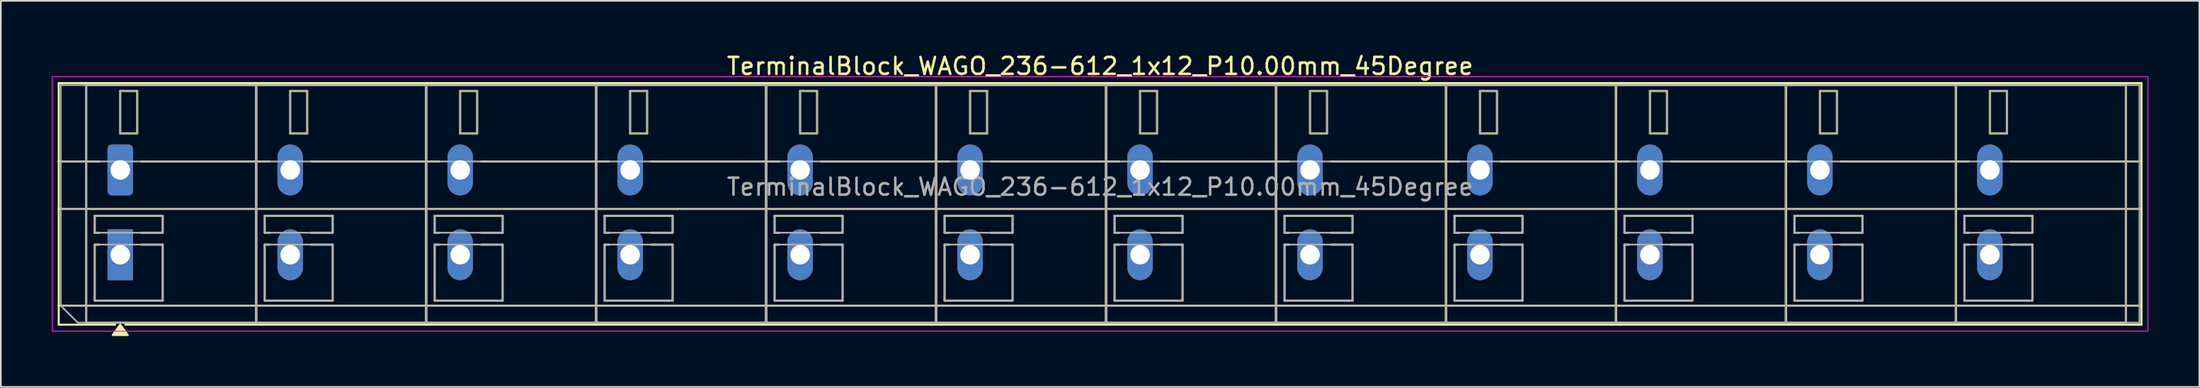
<source format=kicad_pcb>
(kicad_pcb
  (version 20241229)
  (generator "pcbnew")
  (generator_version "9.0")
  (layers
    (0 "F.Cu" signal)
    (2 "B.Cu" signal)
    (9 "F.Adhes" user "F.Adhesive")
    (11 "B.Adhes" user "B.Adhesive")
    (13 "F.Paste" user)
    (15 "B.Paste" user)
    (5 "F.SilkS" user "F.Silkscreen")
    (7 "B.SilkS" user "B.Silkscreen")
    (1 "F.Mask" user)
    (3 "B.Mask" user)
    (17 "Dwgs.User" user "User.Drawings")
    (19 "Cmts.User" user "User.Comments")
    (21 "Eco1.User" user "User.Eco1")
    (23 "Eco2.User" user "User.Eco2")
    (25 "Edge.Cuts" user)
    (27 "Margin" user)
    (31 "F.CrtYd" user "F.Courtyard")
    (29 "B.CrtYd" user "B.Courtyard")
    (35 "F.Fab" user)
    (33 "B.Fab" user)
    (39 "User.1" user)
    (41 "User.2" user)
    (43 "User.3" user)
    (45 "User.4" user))
  (footprint "TerminalBlock_WAGO_236-612_1x12_P10.00mm_45Degree"
    (layer "F.Cu")
    (at 4.025 6.968)
    (property "Reference" "TerminalBlock_WAGO_236-612_1x12_P10.00mm_45Degree" (at 57.65 -6.12 0) (layer "F.SilkS") (effects (font (size 1 1) (thickness 0.15))))
    (attr through_hole)
    (fp_line (start -3.62 -5.12) (end 118.92 -5.12) (stroke (width 0.12) (type solid)) (layer "F.SilkS"))
    (fp_line (start -3.62 -0.5) (end -1.23 -0.5) (stroke (width 0.12) (type solid)) (layer "F.SilkS"))
    (fp_line (start -3.62 2.3) (end 118.92 2.3) (stroke (width 0.12) (type solid)) (layer "F.SilkS"))
    (fp_line (start -3.62 8) (end 118.92 8) (stroke (width 0.12) (type solid)) (layer "F.SilkS"))
    (fp_line (start -3.62 9.12) (end -3.62 -5.12) (stroke (width 0.12) (type solid)) (layer "F.SilkS"))
    (fp_line (start -2 -5) (end 8 -5) (stroke (width 0.12) (type solid)) (layer "F.SilkS"))
    (fp_line (start -2 9) (end -2 -5) (stroke (width 0.12) (type solid)) (layer "F.SilkS"))
    (fp_line (start -1.5 2.7) (end 2.5 2.7) (stroke (width 0.12) (type solid)) (layer "F.SilkS"))
    (fp_line (start -1.5 3.7) (end -1.5 2.7) (stroke (width 0.12) (type solid)) (layer "F.SilkS"))
    (fp_line (start -1.5 4.4) (end -1.23 4.4) (stroke (width 0.12) (type solid)) (layer "F.SilkS"))
    (fp_line (start -1.5 7.7) (end -1.5 4.4) (stroke (width 0.12) (type solid)) (layer "F.SilkS"))
    (fp_line (start -1.23 3.7) (end -1.5 3.7) (stroke (width 0.12) (type solid)) (layer "F.SilkS"))
    (fp_line (start -0.3 9.12) (end -3.62 9.12) (stroke (width 0.12) (type solid)) (layer "F.SilkS"))
    (fp_line (start 0 -4.65) (end 1 -4.65) (stroke (width 0.12) (type solid)) (layer "F.SilkS"))
    (fp_line (start 0 -2.15) (end 0 -4.65) (stroke (width 0.12) (type solid)) (layer "F.SilkS"))
    (fp_line (start 1 -4.65) (end 1 -2.15) (stroke (width 0.12) (type solid)) (layer "F.SilkS"))
    (fp_line (start 1 -2.15) (end 0 -2.15) (stroke (width 0.12) (type solid)) (layer "F.SilkS"))
    (fp_line (start 1.23 -0.5) (end 8.77 -0.5) (stroke (width 0.12) (type solid)) (layer "F.SilkS"))
    (fp_line (start 1.23 4.4) (end 2.5 4.4) (stroke (width 0.12) (type solid)) (layer "F.SilkS"))
    (fp_line (start 2.5 2.7) (end 2.5 3.7) (stroke (width 0.12) (type solid)) (layer "F.SilkS"))
    (fp_line (start 2.5 3.7) (end 1.23 3.7) (stroke (width 0.12) (type solid)) (layer "F.SilkS"))
    (fp_line (start 2.5 4.4) (end 2.5 7.7) (stroke (width 0.12) (type solid)) (layer "F.SilkS"))
    (fp_line (start 2.5 7.7) (end -1.5 7.7) (stroke (width 0.12) (type solid)) (layer "F.SilkS"))
    (fp_line (start 8 -5) (end 8 9) (stroke (width 0.12) (type solid)) (layer "F.SilkS"))
    (fp_line (start 8 -5) (end 18 -5) (stroke (width 0.12) (type solid)) (layer "F.SilkS"))
    (fp_line (start 8 9) (end -2 9) (stroke (width 0.12) (type solid)) (layer "F.SilkS"))
    (fp_line (start 8 9) (end 8 -5) (stroke (width 0.12) (type solid)) (layer "F.SilkS"))
    (fp_line (start 8.5 2.7) (end 12.5 2.7) (stroke (width 0.12) (type solid)) (layer "F.SilkS"))
    (fp_line (start 8.5 3.7) (end 8.5 2.7) (stroke (width 0.12) (type solid)) (layer "F.SilkS"))
    (fp_line (start 8.5 4.4) (end 8.77 4.4) (stroke (width 0.12) (type solid)) (layer "F.SilkS"))
    (fp_line (start 8.5 7.7) (end 8.5 4.4) (stroke (width 0.12) (type solid)) (layer "F.SilkS"))
    (fp_line (start 8.77 3.7) (end 8.5 3.7) (stroke (width 0.12) (type solid)) (layer "F.SilkS"))
    (fp_line (start 10 -4.65) (end 11 -4.65) (stroke (width 0.12) (type solid)) (layer "F.SilkS"))
    (fp_line (start 10 -2.15) (end 10 -4.65) (stroke (width 0.12) (type solid)) (layer "F.SilkS"))
    (fp_line (start 11 -4.65) (end 11 -2.15) (stroke (width 0.12) (type solid)) (layer "F.SilkS"))
    (fp_line (start 11 -2.15) (end 10 -2.15) (stroke (width 0.12) (type solid)) (layer "F.SilkS"))
    (fp_line (start 11.23 -0.5) (end 18.77 -0.5) (stroke (width 0.12) (type solid)) (layer "F.SilkS"))
    (fp_line (start 11.23 4.4) (end 12.5 4.4) (stroke (width 0.12) (type solid)) (layer "F.SilkS"))
    (fp_line (start 12.5 2.7) (end 12.5 3.7) (stroke (width 0.12) (type solid)) (layer "F.SilkS"))
    (fp_line (start 12.5 3.7) (end 11.23 3.7) (stroke (width 0.12) (type solid)) (layer "F.SilkS"))
    (fp_line (start 12.5 4.4) (end 12.5 7.7) (stroke (width 0.12) (type solid)) (layer "F.SilkS"))
    (fp_line (start 12.5 7.7) (end 8.5 7.7) (stroke (width 0.12) (type solid)) (layer "F.SilkS"))
    (fp_line (start 18 -5) (end 18 9) (stroke (width 0.12) (type solid)) (layer "F.SilkS"))
    (fp_line (start 18 -5) (end 28 -5) (stroke (width 0.12) (type solid)) (layer "F.SilkS"))
    (fp_line (start 18 9) (end 8 9) (stroke (width 0.12) (type solid)) (layer "F.SilkS"))
    (fp_line (start 18 9) (end 18 -5) (stroke (width 0.12) (type solid)) (layer "F.SilkS"))
    (fp_line (start 18.5 2.7) (end 22.5 2.7) (stroke (width 0.12) (type solid)) (layer "F.SilkS"))
    (fp_line (start 18.5 3.7) (end 18.5 2.7) (stroke (width 0.12) (type solid)) (layer "F.SilkS"))
    (fp_line (start 18.5 4.4) (end 18.77 4.4) (stroke (width 0.12) (type solid)) (layer "F.SilkS"))
    (fp_line (start 18.5 7.7) (end 18.5 4.4) (stroke (width 0.12) (type solid)) (layer "F.SilkS"))
    (fp_line (start 18.77 3.7) (end 18.5 3.7) (stroke (width 0.12) (type solid)) (layer "F.SilkS"))
    (fp_line (start 20 -4.65) (end 21 -4.65) (stroke (width 0.12) (type solid)) (layer "F.SilkS"))
    (fp_line (start 20 -2.15) (end 20 -4.65) (stroke (width 0.12) (type solid)) (layer "F.SilkS"))
    (fp_line (start 21 -4.65) (end 21 -2.15) (stroke (width 0.12) (type solid)) (layer "F.SilkS"))
    (fp_line (start 21 -2.15) (end 20 -2.15) (stroke (width 0.12) (type solid)) (layer "F.SilkS"))
    (fp_line (start 21.23 -0.5) (end 28.77 -0.5) (stroke (width 0.12) (type solid)) (layer "F.SilkS"))
    (fp_line (start 21.23 4.4) (end 22.5 4.4) (stroke (width 0.12) (type solid)) (layer "F.SilkS"))
    (fp_line (start 22.5 2.7) (end 22.5 3.7) (stroke (width 0.12) (type solid)) (layer "F.SilkS"))
    (fp_line (start 22.5 3.7) (end 21.23 3.7) (stroke (width 0.12) (type solid)) (layer "F.SilkS"))
    (fp_line (start 22.5 4.4) (end 22.5 7.7) (stroke (width 0.12) (type solid)) (layer "F.SilkS"))
    (fp_line (start 22.5 7.7) (end 18.5 7.7) (stroke (width 0.12) (type solid)) (layer "F.SilkS"))
    (fp_line (start 28 -5) (end 28 9) (stroke (width 0.12) (type solid)) (layer "F.SilkS"))
    (fp_line (start 28 -5) (end 38 -5) (stroke (width 0.12) (type solid)) (layer "F.SilkS"))
    (fp_line (start 28 9) (end 18 9) (stroke (width 0.12) (type solid)) (layer "F.SilkS"))
    (fp_line (start 28 9) (end 28 -5) (stroke (width 0.12) (type solid)) (layer "F.SilkS"))
    (fp_line (start 28.5 2.7) (end 32.5 2.7) (stroke (width 0.12) (type solid)) (layer "F.SilkS"))
    (fp_line (start 28.5 3.7) (end 28.5 2.7) (stroke (width 0.12) (type solid)) (layer "F.SilkS"))
    (fp_line (start 28.5 4.4) (end 28.77 4.4) (stroke (width 0.12) (type solid)) (layer "F.SilkS"))
    (fp_line (start 28.5 7.7) (end 28.5 4.4) (stroke (width 0.12) (type solid)) (layer "F.SilkS"))
    (fp_line (start 28.77 3.7) (end 28.5 3.7) (stroke (width 0.12) (type solid)) (layer "F.SilkS"))
    (fp_line (start 30 -4.65) (end 31 -4.65) (stroke (width 0.12) (type solid)) (layer "F.SilkS"))
    (fp_line (start 30 -2.15) (end 30 -4.65) (stroke (width 0.12) (type solid)) (layer "F.SilkS"))
    (fp_line (start 31 -4.65) (end 31 -2.15) (stroke (width 0.12) (type solid)) (layer "F.SilkS"))
    (fp_line (start 31 -2.15) (end 30 -2.15) (stroke (width 0.12) (type solid)) (layer "F.SilkS"))
    (fp_line (start 31.23 -0.5) (end 38.77 -0.5) (stroke (width 0.12) (type solid)) (layer "F.SilkS"))
    (fp_line (start 31.23 4.4) (end 32.5 4.4) (stroke (width 0.12) (type solid)) (layer "F.SilkS"))
    (fp_line (start 32.5 2.7) (end 32.5 3.7) (stroke (width 0.12) (type solid)) (layer "F.SilkS"))
    (fp_line (start 32.5 3.7) (end 31.23 3.7) (stroke (width 0.12) (type solid)) (layer "F.SilkS"))
    (fp_line (start 32.5 4.4) (end 32.5 7.7) (stroke (width 0.12) (type solid)) (layer "F.SilkS"))
    (fp_line (start 32.5 7.7) (end 28.5 7.7) (stroke (width 0.12) (type solid)) (layer "F.SilkS"))
    (fp_line (start 38 -5) (end 38 9) (stroke (width 0.12) (type solid)) (layer "F.SilkS"))
    (fp_line (start 38 -5) (end 48 -5) (stroke (width 0.12) (type solid)) (layer "F.SilkS"))
    (fp_line (start 38 9) (end 28 9) (stroke (width 0.12) (type solid)) (layer "F.SilkS"))
    (fp_line (start 38 9) (end 38 -5) (stroke (width 0.12) (type solid)) (layer "F.SilkS"))
    (fp_line (start 38.5 2.7) (end 42.5 2.7) (stroke (width 0.12) (type solid)) (layer "F.SilkS"))
    (fp_line (start 38.5 3.7) (end 38.5 2.7) (stroke (width 0.12) (type solid)) (layer "F.SilkS"))
    (fp_line (start 38.5 4.4) (end 38.77 4.4) (stroke (width 0.12) (type solid)) (layer "F.SilkS"))
    (fp_line (start 38.5 7.7) (end 38.5 4.4) (stroke (width 0.12) (type solid)) (layer "F.SilkS"))
    (fp_line (start 38.77 3.7) (end 38.5 3.7) (stroke (width 0.12) (type solid)) (layer "F.SilkS"))
    (fp_line (start 40 -4.65) (end 41 -4.65) (stroke (width 0.12) (type solid)) (layer "F.SilkS"))
    (fp_line (start 40 -2.15) (end 40 -4.65) (stroke (width 0.12) (type solid)) (layer "F.SilkS"))
    (fp_line (start 41 -4.65) (end 41 -2.15) (stroke (width 0.12) (type solid)) (layer "F.SilkS"))
    (fp_line (start 41 -2.15) (end 40 -2.15) (stroke (width 0.12) (type solid)) (layer "F.SilkS"))
    (fp_line (start 41.23 -0.5) (end 48.77 -0.5) (stroke (width 0.12) (type solid)) (layer "F.SilkS"))
    (fp_line (start 41.23 4.4) (end 42.5 4.4) (stroke (width 0.12) (type solid)) (layer "F.SilkS"))
    (fp_line (start 42.5 2.7) (end 42.5 3.7) (stroke (width 0.12) (type solid)) (layer "F.SilkS"))
    (fp_line (start 42.5 3.7) (end 41.23 3.7) (stroke (width 0.12) (type solid)) (layer "F.SilkS"))
    (fp_line (start 42.5 4.4) (end 42.5 7.7) (stroke (width 0.12) (type solid)) (layer "F.SilkS"))
    (fp_line (start 42.5 7.7) (end 38.5 7.7) (stroke (width 0.12) (type solid)) (layer "F.SilkS"))
    (fp_line (start 48 -5) (end 48 9) (stroke (width 0.12) (type solid)) (layer "F.SilkS"))
    (fp_line (start 48 -5) (end 58 -5) (stroke (width 0.12) (type solid)) (layer "F.SilkS"))
    (fp_line (start 48 9) (end 38 9) (stroke (width 0.12) (type solid)) (layer "F.SilkS"))
    (fp_line (start 48 9) (end 48 -5) (stroke (width 0.12) (type solid)) (layer "F.SilkS"))
    (fp_line (start 48.5 2.7) (end 52.5 2.7) (stroke (width 0.12) (type solid)) (layer "F.SilkS"))
    (fp_line (start 48.5 3.7) (end 48.5 2.7) (stroke (width 0.12) (type solid)) (layer "F.SilkS"))
    (fp_line (start 48.5 4.4) (end 48.77 4.4) (stroke (width 0.12) (type solid)) (layer "F.SilkS"))
    (fp_line (start 48.5 7.7) (end 48.5 4.4) (stroke (width 0.12) (type solid)) (layer "F.SilkS"))
    (fp_line (start 48.77 3.7) (end 48.5 3.7) (stroke (width 0.12) (type solid)) (layer "F.SilkS"))
    (fp_line (start 50 -4.65) (end 51 -4.65) (stroke (width 0.12) (type solid)) (layer "F.SilkS"))
    (fp_line (start 50 -2.15) (end 50 -4.65) (stroke (width 0.12) (type solid)) (layer "F.SilkS"))
    (fp_line (start 51 -4.65) (end 51 -2.15) (stroke (width 0.12) (type solid)) (layer "F.SilkS"))
    (fp_line (start 51 -2.15) (end 50 -2.15) (stroke (width 0.12) (type solid)) (layer "F.SilkS"))
    (fp_line (start 51.23 -0.5) (end 58.77 -0.5) (stroke (width 0.12) (type solid)) (layer "F.SilkS"))
    (fp_line (start 51.23 4.4) (end 52.5 4.4) (stroke (width 0.12) (type solid)) (layer "F.SilkS"))
    (fp_line (start 52.5 2.7) (end 52.5 3.7) (stroke (width 0.12) (type solid)) (layer "F.SilkS"))
    (fp_line (start 52.5 3.7) (end 51.23 3.7) (stroke (width 0.12) (type solid)) (layer "F.SilkS"))
    (fp_line (start 52.5 4.4) (end 52.5 7.7) (stroke (width 0.12) (type solid)) (layer "F.SilkS"))
    (fp_line (start 52.5 7.7) (end 48.5 7.7) (stroke (width 0.12) (type solid)) (layer "F.SilkS"))
    (fp_line (start 58 -5) (end 58 9) (stroke (width 0.12) (type solid)) (layer "F.SilkS"))
    (fp_line (start 58 -5) (end 68 -5) (stroke (width 0.12) (type solid)) (layer "F.SilkS"))
    (fp_line (start 58 9) (end 48 9) (stroke (width 0.12) (type solid)) (layer "F.SilkS"))
    (fp_line (start 58 9) (end 58 -5) (stroke (width 0.12) (type solid)) (layer "F.SilkS"))
    (fp_line (start 58.5 2.7) (end 62.5 2.7) (stroke (width 0.12) (type solid)) (layer "F.SilkS"))
    (fp_line (start 58.5 3.7) (end 58.5 2.7) (stroke (width 0.12) (type solid)) (layer "F.SilkS"))
    (fp_line (start 58.5 4.4) (end 58.77 4.4) (stroke (width 0.12) (type solid)) (layer "F.SilkS"))
    (fp_line (start 58.5 7.7) (end 58.5 4.4) (stroke (width 0.12) (type solid)) (layer "F.SilkS"))
    (fp_line (start 58.77 3.7) (end 58.5 3.7) (stroke (width 0.12) (type solid)) (layer "F.SilkS"))
    (fp_line (start 60 -4.65) (end 61 -4.65) (stroke (width 0.12) (type solid)) (layer "F.SilkS"))
    (fp_line (start 60 -2.15) (end 60 -4.65) (stroke (width 0.12) (type solid)) (layer "F.SilkS"))
    (fp_line (start 61 -4.65) (end 61 -2.15) (stroke (width 0.12) (type solid)) (layer "F.SilkS"))
    (fp_line (start 61 -2.15) (end 60 -2.15) (stroke (width 0.12) (type solid)) (layer "F.SilkS"))
    (fp_line (start 61.23 -0.5) (end 68.77 -0.5) (stroke (width 0.12) (type solid)) (layer "F.SilkS"))
    (fp_line (start 61.23 4.4) (end 62.5 4.4) (stroke (width 0.12) (type solid)) (layer "F.SilkS"))
    (fp_line (start 62.5 2.7) (end 62.5 3.7) (stroke (width 0.12) (type solid)) (layer "F.SilkS"))
    (fp_line (start 62.5 3.7) (end 61.23 3.7) (stroke (width 0.12) (type solid)) (layer "F.SilkS"))
    (fp_line (start 62.5 4.4) (end 62.5 7.7) (stroke (width 0.12) (type solid)) (layer "F.SilkS"))
    (fp_line (start 62.5 7.7) (end 58.5 7.7) (stroke (width 0.12) (type solid)) (layer "F.SilkS"))
    (fp_line (start 68 -5) (end 68 9) (stroke (width 0.12) (type solid)) (layer "F.SilkS"))
    (fp_line (start 68 -5) (end 78 -5) (stroke (width 0.12) (type solid)) (layer "F.SilkS"))
    (fp_line (start 68 9) (end 58 9) (stroke (width 0.12) (type solid)) (layer "F.SilkS"))
    (fp_line (start 68 9) (end 68 -5) (stroke (width 0.12) (type solid)) (layer "F.SilkS"))
    (fp_line (start 68.5 2.7) (end 72.5 2.7) (stroke (width 0.12) (type solid)) (layer "F.SilkS"))
    (fp_line (start 68.5 3.7) (end 68.5 2.7) (stroke (width 0.12) (type solid)) (layer "F.SilkS"))
    (fp_line (start 68.5 4.4) (end 68.77 4.4) (stroke (width 0.12) (type solid)) (layer "F.SilkS"))
    (fp_line (start 68.5 7.7) (end 68.5 4.4) (stroke (width 0.12) (type solid)) (layer "F.SilkS"))
    (fp_line (start 68.77 3.7) (end 68.5 3.7) (stroke (width 0.12) (type solid)) (layer "F.SilkS"))
    (fp_line (start 70 -4.65) (end 71 -4.65) (stroke (width 0.12) (type solid)) (layer "F.SilkS"))
    (fp_line (start 70 -2.15) (end 70 -4.65) (stroke (width 0.12) (type solid)) (layer "F.SilkS"))
    (fp_line (start 71 -4.65) (end 71 -2.15) (stroke (width 0.12) (type solid)) (layer "F.SilkS"))
    (fp_line (start 71 -2.15) (end 70 -2.15) (stroke (width 0.12) (type solid)) (layer "F.SilkS"))
    (fp_line (start 71.23 -0.5) (end 78.77 -0.5) (stroke (width 0.12) (type solid)) (layer "F.SilkS"))
    (fp_line (start 71.23 4.4) (end 72.5 4.4) (stroke (width 0.12) (type solid)) (layer "F.SilkS"))
    (fp_line (start 72.5 2.7) (end 72.5 3.7) (stroke (width 0.12) (type solid)) (layer "F.SilkS"))
    (fp_line (start 72.5 3.7) (end 71.23 3.7) (stroke (width 0.12) (type solid)) (layer "F.SilkS"))
    (fp_line (start 72.5 4.4) (end 72.5 7.7) (stroke (width 0.12) (type solid)) (layer "F.SilkS"))
    (fp_line (start 72.5 7.7) (end 68.5 7.7) (stroke (width 0.12) (type solid)) (layer "F.SilkS"))
    (fp_line (start 78 -5) (end 78 9) (stroke (width 0.12) (type solid)) (layer "F.SilkS"))
    (fp_line (start 78 -5) (end 88 -5) (stroke (width 0.12) (type solid)) (layer "F.SilkS"))
    (fp_line (start 78 9) (end 68 9) (stroke (width 0.12) (type solid)) (layer "F.SilkS"))
    (fp_line (start 78 9) (end 78 -5) (stroke (width 0.12) (type solid)) (layer "F.SilkS"))
    (fp_line (start 78.5 2.7) (end 82.5 2.7) (stroke (width 0.12) (type solid)) (layer "F.SilkS"))
    (fp_line (start 78.5 3.7) (end 78.5 2.7) (stroke (width 0.12) (type solid)) (layer "F.SilkS"))
    (fp_line (start 78.5 4.4) (end 78.77 4.4) (stroke (width 0.12) (type solid)) (layer "F.SilkS"))
    (fp_line (start 78.5 7.7) (end 78.5 4.4) (stroke (width 0.12) (type solid)) (layer "F.SilkS"))
    (fp_line (start 78.77 3.7) (end 78.5 3.7) (stroke (width 0.12) (type solid)) (layer "F.SilkS"))
    (fp_line (start 80 -4.65) (end 81 -4.65) (stroke (width 0.12) (type solid)) (layer "F.SilkS"))
    (fp_line (start 80 -2.15) (end 80 -4.65) (stroke (width 0.12) (type solid)) (layer "F.SilkS"))
    (fp_line (start 81 -4.65) (end 81 -2.15) (stroke (width 0.12) (type solid)) (layer "F.SilkS"))
    (fp_line (start 81 -2.15) (end 80 -2.15) (stroke (width 0.12) (type solid)) (layer "F.SilkS"))
    (fp_line (start 81.23 -0.5) (end 88.77 -0.5) (stroke (width 0.12) (type solid)) (layer "F.SilkS"))
    (fp_line (start 81.23 4.4) (end 82.5 4.4) (stroke (width 0.12) (type solid)) (layer "F.SilkS"))
    (fp_line (start 82.5 2.7) (end 82.5 3.7) (stroke (width 0.12) (type solid)) (layer "F.SilkS"))
    (fp_line (start 82.5 3.7) (end 81.23 3.7) (stroke (width 0.12) (type solid)) (layer "F.SilkS"))
    (fp_line (start 82.5 4.4) (end 82.5 7.7) (stroke (width 0.12) (type solid)) (layer "F.SilkS"))
    (fp_line (start 82.5 7.7) (end 78.5 7.7) (stroke (width 0.12) (type solid)) (layer "F.SilkS"))
    (fp_line (start 88 -5) (end 88 9) (stroke (width 0.12) (type solid)) (layer "F.SilkS"))
    (fp_line (start 88 -5) (end 98 -5) (stroke (width 0.12) (type solid)) (layer "F.SilkS"))
    (fp_line (start 88 9) (end 78 9) (stroke (width 0.12) (type solid)) (layer "F.SilkS"))
    (fp_line (start 88 9) (end 88 -5) (stroke (width 0.12) (type solid)) (layer "F.SilkS"))
    (fp_line (start 88.5 2.7) (end 92.5 2.7) (stroke (width 0.12) (type solid)) (layer "F.SilkS"))
    (fp_line (start 88.5 3.7) (end 88.5 2.7) (stroke (width 0.12) (type solid)) (layer "F.SilkS"))
    (fp_line (start 88.5 4.4) (end 88.77 4.4) (stroke (width 0.12) (type solid)) (layer "F.SilkS"))
    (fp_line (start 88.5 7.7) (end 88.5 4.4) (stroke (width 0.12) (type solid)) (layer "F.SilkS"))
    (fp_line (start 88.77 3.7) (end 88.5 3.7) (stroke (width 0.12) (type solid)) (layer "F.SilkS"))
    (fp_line (start 90 -4.65) (end 91 -4.65) (stroke (width 0.12) (type solid)) (layer "F.SilkS"))
    (fp_line (start 90 -2.15) (end 90 -4.65) (stroke (width 0.12) (type solid)) (layer "F.SilkS"))
    (fp_line (start 91 -4.65) (end 91 -2.15) (stroke (width 0.12) (type solid)) (layer "F.SilkS"))
    (fp_line (start 91 -2.15) (end 90 -2.15) (stroke (width 0.12) (type solid)) (layer "F.SilkS"))
    (fp_line (start 91.23 -0.5) (end 98.77 -0.5) (stroke (width 0.12) (type solid)) (layer "F.SilkS"))
    (fp_line (start 91.23 4.4) (end 92.5 4.4) (stroke (width 0.12) (type solid)) (layer "F.SilkS"))
    (fp_line (start 92.5 2.7) (end 92.5 3.7) (stroke (width 0.12) (type solid)) (layer "F.SilkS"))
    (fp_line (start 92.5 3.7) (end 91.23 3.7) (stroke (width 0.12) (type solid)) (layer "F.SilkS"))
    (fp_line (start 92.5 4.4) (end 92.5 7.7) (stroke (width 0.12) (type solid)) (layer "F.SilkS"))
    (fp_line (start 92.5 7.7) (end 88.5 7.7) (stroke (width 0.12) (type solid)) (layer "F.SilkS"))
    (fp_line (start 98 -5) (end 98 9) (stroke (width 0.12) (type solid)) (layer "F.SilkS"))
    (fp_line (start 98 -5) (end 108 -5) (stroke (width 0.12) (type solid)) (layer "F.SilkS"))
    (fp_line (start 98 9) (end 88 9) (stroke (width 0.12) (type solid)) (layer "F.SilkS"))
    (fp_line (start 98 9) (end 98 -5) (stroke (width 0.12) (type solid)) (layer "F.SilkS"))
    (fp_line (start 98.5 2.7) (end 102.5 2.7) (stroke (width 0.12) (type solid)) (layer "F.SilkS"))
    (fp_line (start 98.5 3.7) (end 98.5 2.7) (stroke (width 0.12) (type solid)) (layer "F.SilkS"))
    (fp_line (start 98.5 4.4) (end 98.77 4.4) (stroke (width 0.12) (type solid)) (layer "F.SilkS"))
    (fp_line (start 98.5 7.7) (end 98.5 4.4) (stroke (width 0.12) (type solid)) (layer "F.SilkS"))
    (fp_line (start 98.77 3.7) (end 98.5 3.7) (stroke (width 0.12) (type solid)) (layer "F.SilkS"))
    (fp_line (start 100 -4.65) (end 101 -4.65) (stroke (width 0.12) (type solid)) (layer "F.SilkS"))
    (fp_line (start 100 -2.15) (end 100 -4.65) (stroke (width 0.12) (type solid)) (layer "F.SilkS"))
    (fp_line (start 101 -4.65) (end 101 -2.15) (stroke (width 0.12) (type solid)) (layer "F.SilkS"))
    (fp_line (start 101 -2.15) (end 100 -2.15) (stroke (width 0.12) (type solid)) (layer "F.SilkS"))
    (fp_line (start 101.23 -0.5) (end 108.77 -0.5) (stroke (width 0.12) (type solid)) (layer "F.SilkS"))
    (fp_line (start 101.23 4.4) (end 102.5 4.4) (stroke (width 0.12) (type solid)) (layer "F.SilkS"))
    (fp_line (start 102.5 2.7) (end 102.5 3.7) (stroke (width 0.12) (type solid)) (layer "F.SilkS"))
    (fp_line (start 102.5 3.7) (end 101.23 3.7) (stroke (width 0.12) (type solid)) (layer "F.SilkS"))
    (fp_line (start 102.5 4.4) (end 102.5 7.7) (stroke (width 0.12) (type solid)) (layer "F.SilkS"))
    (fp_line (start 102.5 7.7) (end 98.5 7.7) (stroke (width 0.12) (type solid)) (layer "F.SilkS"))
    (fp_line (start 108 -5) (end 108 9) (stroke (width 0.12) (type solid)) (layer "F.SilkS"))
    (fp_line (start 108 -5) (end 118 -5) (stroke (width 0.12) (type solid)) (layer "F.SilkS"))
    (fp_line (start 108 9) (end 98 9) (stroke (width 0.12) (type solid)) (layer "F.SilkS"))
    (fp_line (start 108 9) (end 108 -5) (stroke (width 0.12) (type solid)) (layer "F.SilkS"))
    (fp_line (start 108.5 2.7) (end 112.5 2.7) (stroke (width 0.12) (type solid)) (layer "F.SilkS"))
    (fp_line (start 108.5 3.7) (end 108.5 2.7) (stroke (width 0.12) (type solid)) (layer "F.SilkS"))
    (fp_line (start 108.5 4.4) (end 108.77 4.4) (stroke (width 0.12) (type solid)) (layer "F.SilkS"))
    (fp_line (start 108.5 7.7) (end 108.5 4.4) (stroke (width 0.12) (type solid)) (layer "F.SilkS"))
    (fp_line (start 108.77 3.7) (end 108.5 3.7) (stroke (width 0.12) (type solid)) (layer "F.SilkS"))
    (fp_line (start 110 -4.65) (end 111 -4.65) (stroke (width 0.12) (type solid)) (layer "F.SilkS"))
    (fp_line (start 110 -2.15) (end 110 -4.65) (stroke (width 0.12) (type solid)) (layer "F.SilkS"))
    (fp_line (start 111 -4.65) (end 111 -2.15) (stroke (width 0.12) (type solid)) (layer "F.SilkS"))
    (fp_line (start 111 -2.15) (end 110 -2.15) (stroke (width 0.12) (type solid)) (layer "F.SilkS"))
    (fp_line (start 111.23 -0.5) (end 118.92 -0.5) (stroke (width 0.12) (type solid)) (layer "F.SilkS"))
    (fp_line (start 111.23 4.4) (end 112.5 4.4) (stroke (width 0.12) (type solid)) (layer "F.SilkS"))
    (fp_line (start 112.5 2.7) (end 112.5 3.7) (stroke (width 0.12) (type solid)) (layer "F.SilkS"))
    (fp_line (start 112.5 3.7) (end 111.23 3.7) (stroke (width 0.12) (type solid)) (layer "F.SilkS"))
    (fp_line (start 112.5 4.4) (end 112.5 7.7) (stroke (width 0.12) (type solid)) (layer "F.SilkS"))
    (fp_line (start 112.5 7.7) (end 108.5 7.7) (stroke (width 0.12) (type solid)) (layer "F.SilkS"))
    (fp_line (start 118 -5) (end 118 9) (stroke (width 0.12) (type solid)) (layer "F.SilkS"))
    (fp_line (start 118 9) (end 108 9) (stroke (width 0.12) (type solid)) (layer "F.SilkS"))
    (fp_line (start 118.92 -5.12) (end 118.92 9.12) (stroke (width 0.12) (type solid)) (layer "F.SilkS"))
    (fp_line (start 118.92 9.12) (end 0.3 9.12) (stroke (width 0.12) (type solid)) (layer "F.SilkS"))
    (fp_poly (pts (xy 0 9.12) (xy 0.44 9.73) (xy -0.44 9.73)) (stroke (width 0.12) (type solid)) (fill yes) (layer "F.SilkS"))
    (fp_line (start -4 -5.5) (end -4 9.5) (stroke (width 0.05) (type solid)) (layer "F.CrtYd"))
    (fp_line (start -4 9.5) (end 119.3 9.5) (stroke (width 0.05) (type solid)) (layer "F.CrtYd"))
    (fp_line (start 119.3 -5.5) (end -4 -5.5) (stroke (width 0.05) (type solid)) (layer "F.CrtYd"))
    (fp_line (start 119.3 9.5) (end 119.3 -5.5) (stroke (width 0.05) (type solid)) (layer "F.CrtYd"))
    (fp_line (start -3.5 -5) (end 118.8 -5) (stroke (width 0.1) (type solid)) (layer "F.Fab"))
    (fp_line (start -3.5 -0.5) (end 118.8 -0.5) (stroke (width 0.1) (type solid)) (layer "F.Fab"))
    (fp_line (start -3.5 2.3) (end 118.8 2.3) (stroke (width 0.1) (type solid)) (layer "F.Fab"))
    (fp_line (start -3.5 8) (end -3.5 -5) (stroke (width 0.1) (type solid)) (layer "F.Fab"))
    (fp_line (start -3.5 8) (end 118.8 8) (stroke (width 0.1) (type solid)) (layer "F.Fab"))
    (fp_line (start -2.5 9) (end -3.5 8) (stroke (width 0.1) (type solid)) (layer "F.Fab"))
    (fp_line (start -2 -5) (end -2 9) (stroke (width 0.1) (type solid)) (layer "F.Fab"))
    (fp_line (start -2 9) (end 8 9) (stroke (width 0.1) (type solid)) (layer "F.Fab"))
    (fp_line (start -1.5 2.7) (end -1.5 3.7) (stroke (width 0.1) (type solid)) (layer "F.Fab"))
    (fp_line (start -1.5 3.7) (end 2.5 3.7) (stroke (width 0.1) (type solid)) (layer "F.Fab"))
    (fp_line (start -1.5 4.4) (end -1.5 7.7) (stroke (width 0.1) (type solid)) (layer "F.Fab"))
    (fp_line (start -1.5 7.7) (end 2.5 7.7) (stroke (width 0.1) (type solid)) (layer "F.Fab"))
    (fp_line (start 0 -4.65) (end 0 -2.15) (stroke (width 0.1) (type solid)) (layer "F.Fab"))
    (fp_line (start 0 -2.15) (end 1 -2.15) (stroke (width 0.1) (type solid)) (layer "F.Fab"))
    (fp_line (start 1 -4.65) (end 0 -4.65) (stroke (width 0.1) (type solid)) (layer "F.Fab"))
    (fp_line (start 1 -2.15) (end 1 -4.65) (stroke (width 0.1) (type solid)) (layer "F.Fab"))
    (fp_line (start 2.5 2.7) (end -1.5 2.7) (stroke (width 0.1) (type solid)) (layer "F.Fab"))
    (fp_line (start 2.5 3.7) (end 2.5 2.7) (stroke (width 0.1) (type solid)) (layer "F.Fab"))
    (fp_line (start 2.5 4.4) (end -1.5 4.4) (stroke (width 0.1) (type solid)) (layer "F.Fab"))
    (fp_line (start 2.5 7.7) (end 2.5 4.4) (stroke (width 0.1) (type solid)) (layer "F.Fab"))
    (fp_line (start 8 -5) (end -2 -5) (stroke (width 0.1) (type solid)) (layer "F.Fab"))
    (fp_line (start 8 -5) (end 8 9) (stroke (width 0.1) (type solid)) (layer "F.Fab"))
    (fp_line (start 8 9) (end 8 -5) (stroke (width 0.1) (type solid)) (layer "F.Fab"))
    (fp_line (start 8 9) (end 18 9) (stroke (width 0.1) (type solid)) (layer "F.Fab"))
    (fp_line (start 8.5 2.7) (end 8.5 3.7) (stroke (width 0.1) (type solid)) (layer "F.Fab"))
    (fp_line (start 8.5 3.7) (end 12.5 3.7) (stroke (width 0.1) (type solid)) (layer "F.Fab"))
    (fp_line (start 8.5 4.4) (end 8.5 7.7) (stroke (width 0.1) (type solid)) (layer "F.Fab"))
    (fp_line (start 8.5 7.7) (end 12.5 7.7) (stroke (width 0.1) (type solid)) (layer "F.Fab"))
    (fp_line (start 10 -4.65) (end 10 -2.15) (stroke (width 0.1) (type solid)) (layer "F.Fab"))
    (fp_line (start 10 -2.15) (end 11 -2.15) (stroke (width 0.1) (type solid)) (layer "F.Fab"))
    (fp_line (start 11 -4.65) (end 10 -4.65) (stroke (width 0.1) (type solid)) (layer "F.Fab"))
    (fp_line (start 11 -2.15) (end 11 -4.65) (stroke (width 0.1) (type solid)) (layer "F.Fab"))
    (fp_line (start 12.5 2.7) (end 8.5 2.7) (stroke (width 0.1) (type solid)) (layer "F.Fab"))
    (fp_line (start 12.5 3.7) (end 12.5 2.7) (stroke (width 0.1) (type solid)) (layer "F.Fab"))
    (fp_line (start 12.5 4.4) (end 8.5 4.4) (stroke (width 0.1) (type solid)) (layer "F.Fab"))
    (fp_line (start 12.5 7.7) (end 12.5 4.4) (stroke (width 0.1) (type solid)) (layer "F.Fab"))
    (fp_line (start 18 -5) (end 8 -5) (stroke (width 0.1) (type solid)) (layer "F.Fab"))
    (fp_line (start 18 -5) (end 18 9) (stroke (width 0.1) (type solid)) (layer "F.Fab"))
    (fp_line (start 18 9) (end 18 -5) (stroke (width 0.1) (type solid)) (layer "F.Fab"))
    (fp_line (start 18 9) (end 28 9) (stroke (width 0.1) (type solid)) (layer "F.Fab"))
    (fp_line (start 18.5 2.7) (end 18.5 3.7) (stroke (width 0.1) (type solid)) (layer "F.Fab"))
    (fp_line (start 18.5 3.7) (end 22.5 3.7) (stroke (width 0.1) (type solid)) (layer "F.Fab"))
    (fp_line (start 18.5 4.4) (end 18.5 7.7) (stroke (width 0.1) (type solid)) (layer "F.Fab"))
    (fp_line (start 18.5 7.7) (end 22.5 7.7) (stroke (width 0.1) (type solid)) (layer "F.Fab"))
    (fp_line (start 20 -4.65) (end 20 -2.15) (stroke (width 0.1) (type solid)) (layer "F.Fab"))
    (fp_line (start 20 -2.15) (end 21 -2.15) (stroke (width 0.1) (type solid)) (layer "F.Fab"))
    (fp_line (start 21 -4.65) (end 20 -4.65) (stroke (width 0.1) (type solid)) (layer "F.Fab"))
    (fp_line (start 21 -2.15) (end 21 -4.65) (stroke (width 0.1) (type solid)) (layer "F.Fab"))
    (fp_line (start 22.5 2.7) (end 18.5 2.7) (stroke (width 0.1) (type solid)) (layer "F.Fab"))
    (fp_line (start 22.5 3.7) (end 22.5 2.7) (stroke (width 0.1) (type solid)) (layer "F.Fab"))
    (fp_line (start 22.5 4.4) (end 18.5 4.4) (stroke (width 0.1) (type solid)) (layer "F.Fab"))
    (fp_line (start 22.5 7.7) (end 22.5 4.4) (stroke (width 0.1) (type solid)) (layer "F.Fab"))
    (fp_line (start 28 -5) (end 18 -5) (stroke (width 0.1) (type solid)) (layer "F.Fab"))
    (fp_line (start 28 -5) (end 28 9) (stroke (width 0.1) (type solid)) (layer "F.Fab"))
    (fp_line (start 28 9) (end 28 -5) (stroke (width 0.1) (type solid)) (layer "F.Fab"))
    (fp_line (start 28 9) (end 38 9) (stroke (width 0.1) (type solid)) (layer "F.Fab"))
    (fp_line (start 28.5 2.7) (end 28.5 3.7) (stroke (width 0.1) (type solid)) (layer "F.Fab"))
    (fp_line (start 28.5 3.7) (end 32.5 3.7) (stroke (width 0.1) (type solid)) (layer "F.Fab"))
    (fp_line (start 28.5 4.4) (end 28.5 7.7) (stroke (width 0.1) (type solid)) (layer "F.Fab"))
    (fp_line (start 28.5 7.7) (end 32.5 7.7) (stroke (width 0.1) (type solid)) (layer "F.Fab"))
    (fp_line (start 30 -4.65) (end 30 -2.15) (stroke (width 0.1) (type solid)) (layer "F.Fab"))
    (fp_line (start 30 -2.15) (end 31 -2.15) (stroke (width 0.1) (type solid)) (layer "F.Fab"))
    (fp_line (start 31 -4.65) (end 30 -4.65) (stroke (width 0.1) (type solid)) (layer "F.Fab"))
    (fp_line (start 31 -2.15) (end 31 -4.65) (stroke (width 0.1) (type solid)) (layer "F.Fab"))
    (fp_line (start 32.5 2.7) (end 28.5 2.7) (stroke (width 0.1) (type solid)) (layer "F.Fab"))
    (fp_line (start 32.5 3.7) (end 32.5 2.7) (stroke (width 0.1) (type solid)) (layer "F.Fab"))
    (fp_line (start 32.5 4.4) (end 28.5 4.4) (stroke (width 0.1) (type solid)) (layer "F.Fab"))
    (fp_line (start 32.5 7.7) (end 32.5 4.4) (stroke (width 0.1) (type solid)) (layer "F.Fab"))
    (fp_line (start 38 -5) (end 28 -5) (stroke (width 0.1) (type solid)) (layer "F.Fab"))
    (fp_line (start 38 -5) (end 38 9) (stroke (width 0.1) (type solid)) (layer "F.Fab"))
    (fp_line (start 38 9) (end 38 -5) (stroke (width 0.1) (type solid)) (layer "F.Fab"))
    (fp_line (start 38 9) (end 48 9) (stroke (width 0.1) (type solid)) (layer "F.Fab"))
    (fp_line (start 38.5 2.7) (end 38.5 3.7) (stroke (width 0.1) (type solid)) (layer "F.Fab"))
    (fp_line (start 38.5 3.7) (end 42.5 3.7) (stroke (width 0.1) (type solid)) (layer "F.Fab"))
    (fp_line (start 38.5 4.4) (end 38.5 7.7) (stroke (width 0.1) (type solid)) (layer "F.Fab"))
    (fp_line (start 38.5 7.7) (end 42.5 7.7) (stroke (width 0.1) (type solid)) (layer "F.Fab"))
    (fp_line (start 40 -4.65) (end 40 -2.15) (stroke (width 0.1) (type solid)) (layer "F.Fab"))
    (fp_line (start 40 -2.15) (end 41 -2.15) (stroke (width 0.1) (type solid)) (layer "F.Fab"))
    (fp_line (start 41 -4.65) (end 40 -4.65) (stroke (width 0.1) (type solid)) (layer "F.Fab"))
    (fp_line (start 41 -2.15) (end 41 -4.65) (stroke (width 0.1) (type solid)) (layer "F.Fab"))
    (fp_line (start 42.5 2.7) (end 38.5 2.7) (stroke (width 0.1) (type solid)) (layer "F.Fab"))
    (fp_line (start 42.5 3.7) (end 42.5 2.7) (stroke (width 0.1) (type solid)) (layer "F.Fab"))
    (fp_line (start 42.5 4.4) (end 38.5 4.4) (stroke (width 0.1) (type solid)) (layer "F.Fab"))
    (fp_line (start 42.5 7.7) (end 42.5 4.4) (stroke (width 0.1) (type solid)) (layer "F.Fab"))
    (fp_line (start 48 -5) (end 38 -5) (stroke (width 0.1) (type solid)) (layer "F.Fab"))
    (fp_line (start 48 -5) (end 48 9) (stroke (width 0.1) (type solid)) (layer "F.Fab"))
    (fp_line (start 48 9) (end 48 -5) (stroke (width 0.1) (type solid)) (layer "F.Fab"))
    (fp_line (start 48 9) (end 58 9) (stroke (width 0.1) (type solid)) (layer "F.Fab"))
    (fp_line (start 48.5 2.7) (end 48.5 3.7) (stroke (width 0.1) (type solid)) (layer "F.Fab"))
    (fp_line (start 48.5 3.7) (end 52.5 3.7) (stroke (width 0.1) (type solid)) (layer "F.Fab"))
    (fp_line (start 48.5 4.4) (end 48.5 7.7) (stroke (width 0.1) (type solid)) (layer "F.Fab"))
    (fp_line (start 48.5 7.7) (end 52.5 7.7) (stroke (width 0.1) (type solid)) (layer "F.Fab"))
    (fp_line (start 50 -4.65) (end 50 -2.15) (stroke (width 0.1) (type solid)) (layer "F.Fab"))
    (fp_line (start 50 -2.15) (end 51 -2.15) (stroke (width 0.1) (type solid)) (layer "F.Fab"))
    (fp_line (start 51 -4.65) (end 50 -4.65) (stroke (width 0.1) (type solid)) (layer "F.Fab"))
    (fp_line (start 51 -2.15) (end 51 -4.65) (stroke (width 0.1) (type solid)) (layer "F.Fab"))
    (fp_line (start 52.5 2.7) (end 48.5 2.7) (stroke (width 0.1) (type solid)) (layer "F.Fab"))
    (fp_line (start 52.5 3.7) (end 52.5 2.7) (stroke (width 0.1) (type solid)) (layer "F.Fab"))
    (fp_line (start 52.5 4.4) (end 48.5 4.4) (stroke (width 0.1) (type solid)) (layer "F.Fab"))
    (fp_line (start 52.5 7.7) (end 52.5 4.4) (stroke (width 0.1) (type solid)) (layer "F.Fab"))
    (fp_line (start 58 -5) (end 48 -5) (stroke (width 0.1) (type solid)) (layer "F.Fab"))
    (fp_line (start 58 -5) (end 58 9) (stroke (width 0.1) (type solid)) (layer "F.Fab"))
    (fp_line (start 58 9) (end 58 -5) (stroke (width 0.1) (type solid)) (layer "F.Fab"))
    (fp_line (start 58 9) (end 68 9) (stroke (width 0.1) (type solid)) (layer "F.Fab"))
    (fp_line (start 58.5 2.7) (end 58.5 3.7) (stroke (width 0.1) (type solid)) (layer "F.Fab"))
    (fp_line (start 58.5 3.7) (end 62.5 3.7) (stroke (width 0.1) (type solid)) (layer "F.Fab"))
    (fp_line (start 58.5 4.4) (end 58.5 7.7) (stroke (width 0.1) (type solid)) (layer "F.Fab"))
    (fp_line (start 58.5 7.7) (end 62.5 7.7) (stroke (width 0.1) (type solid)) (layer "F.Fab"))
    (fp_line (start 60 -4.65) (end 60 -2.15) (stroke (width 0.1) (type solid)) (layer "F.Fab"))
    (fp_line (start 60 -2.15) (end 61 -2.15) (stroke (width 0.1) (type solid)) (layer "F.Fab"))
    (fp_line (start 61 -4.65) (end 60 -4.65) (stroke (width 0.1) (type solid)) (layer "F.Fab"))
    (fp_line (start 61 -2.15) (end 61 -4.65) (stroke (width 0.1) (type solid)) (layer "F.Fab"))
    (fp_line (start 62.5 2.7) (end 58.5 2.7) (stroke (width 0.1) (type solid)) (layer "F.Fab"))
    (fp_line (start 62.5 3.7) (end 62.5 2.7) (stroke (width 0.1) (type solid)) (layer "F.Fab"))
    (fp_line (start 62.5 4.4) (end 58.5 4.4) (stroke (width 0.1) (type solid)) (layer "F.Fab"))
    (fp_line (start 62.5 7.7) (end 62.5 4.4) (stroke (width 0.1) (type solid)) (layer "F.Fab"))
    (fp_line (start 68 -5) (end 58 -5) (stroke (width 0.1) (type solid)) (layer "F.Fab"))
    (fp_line (start 68 -5) (end 68 9) (stroke (width 0.1) (type solid)) (layer "F.Fab"))
    (fp_line (start 68 9) (end 68 -5) (stroke (width 0.1) (type solid)) (layer "F.Fab"))
    (fp_line (start 68 9) (end 78 9) (stroke (width 0.1) (type solid)) (layer "F.Fab"))
    (fp_line (start 68.5 2.7) (end 68.5 3.7) (stroke (width 0.1) (type solid)) (layer "F.Fab"))
    (fp_line (start 68.5 3.7) (end 72.5 3.7) (stroke (width 0.1) (type solid)) (layer "F.Fab"))
    (fp_line (start 68.5 4.4) (end 68.5 7.7) (stroke (width 0.1) (type solid)) (layer "F.Fab"))
    (fp_line (start 68.5 7.7) (end 72.5 7.7) (stroke (width 0.1) (type solid)) (layer "F.Fab"))
    (fp_line (start 70 -4.65) (end 70 -2.15) (stroke (width 0.1) (type solid)) (layer "F.Fab"))
    (fp_line (start 70 -2.15) (end 71 -2.15) (stroke (width 0.1) (type solid)) (layer "F.Fab"))
    (fp_line (start 71 -4.65) (end 70 -4.65) (stroke (width 0.1) (type solid)) (layer "F.Fab"))
    (fp_line (start 71 -2.15) (end 71 -4.65) (stroke (width 0.1) (type solid)) (layer "F.Fab"))
    (fp_line (start 72.5 2.7) (end 68.5 2.7) (stroke (width 0.1) (type solid)) (layer "F.Fab"))
    (fp_line (start 72.5 3.7) (end 72.5 2.7) (stroke (width 0.1) (type solid)) (layer "F.Fab"))
    (fp_line (start 72.5 4.4) (end 68.5 4.4) (stroke (width 0.1) (type solid)) (layer "F.Fab"))
    (fp_line (start 72.5 7.7) (end 72.5 4.4) (stroke (width 0.1) (type solid)) (layer "F.Fab"))
    (fp_line (start 78 -5) (end 68 -5) (stroke (width 0.1) (type solid)) (layer "F.Fab"))
    (fp_line (start 78 -5) (end 78 9) (stroke (width 0.1) (type solid)) (layer "F.Fab"))
    (fp_line (start 78 9) (end 78 -5) (stroke (width 0.1) (type solid)) (layer "F.Fab"))
    (fp_line (start 78 9) (end 88 9) (stroke (width 0.1) (type solid)) (layer "F.Fab"))
    (fp_line (start 78.5 2.7) (end 78.5 3.7) (stroke (width 0.1) (type solid)) (layer "F.Fab"))
    (fp_line (start 78.5 3.7) (end 82.5 3.7) (stroke (width 0.1) (type solid)) (layer "F.Fab"))
    (fp_line (start 78.5 4.4) (end 78.5 7.7) (stroke (width 0.1) (type solid)) (layer "F.Fab"))
    (fp_line (start 78.5 7.7) (end 82.5 7.7) (stroke (width 0.1) (type solid)) (layer "F.Fab"))
    (fp_line (start 80 -4.65) (end 80 -2.15) (stroke (width 0.1) (type solid)) (layer "F.Fab"))
    (fp_line (start 80 -2.15) (end 81 -2.15) (stroke (width 0.1) (type solid)) (layer "F.Fab"))
    (fp_line (start 81 -4.65) (end 80 -4.65) (stroke (width 0.1) (type solid)) (layer "F.Fab"))
    (fp_line (start 81 -2.15) (end 81 -4.65) (stroke (width 0.1) (type solid)) (layer "F.Fab"))
    (fp_line (start 82.5 2.7) (end 78.5 2.7) (stroke (width 0.1) (type solid)) (layer "F.Fab"))
    (fp_line (start 82.5 3.7) (end 82.5 2.7) (stroke (width 0.1) (type solid)) (layer "F.Fab"))
    (fp_line (start 82.5 4.4) (end 78.5 4.4) (stroke (width 0.1) (type solid)) (layer "F.Fab"))
    (fp_line (start 82.5 7.7) (end 82.5 4.4) (stroke (width 0.1) (type solid)) (layer "F.Fab"))
    (fp_line (start 88 -5) (end 78 -5) (stroke (width 0.1) (type solid)) (layer "F.Fab"))
    (fp_line (start 88 -5) (end 88 9) (stroke (width 0.1) (type solid)) (layer "F.Fab"))
    (fp_line (start 88 9) (end 88 -5) (stroke (width 0.1) (type solid)) (layer "F.Fab"))
    (fp_line (start 88 9) (end 98 9) (stroke (width 0.1) (type solid)) (layer "F.Fab"))
    (fp_line (start 88.5 2.7) (end 88.5 3.7) (stroke (width 0.1) (type solid)) (layer "F.Fab"))
    (fp_line (start 88.5 3.7) (end 92.5 3.7) (stroke (width 0.1) (type solid)) (layer "F.Fab"))
    (fp_line (start 88.5 4.4) (end 88.5 7.7) (stroke (width 0.1) (type solid)) (layer "F.Fab"))
    (fp_line (start 88.5 7.7) (end 92.5 7.7) (stroke (width 0.1) (type solid)) (layer "F.Fab"))
    (fp_line (start 90 -4.65) (end 90 -2.15) (stroke (width 0.1) (type solid)) (layer "F.Fab"))
    (fp_line (start 90 -2.15) (end 91 -2.15) (stroke (width 0.1) (type solid)) (layer "F.Fab"))
    (fp_line (start 91 -4.65) (end 90 -4.65) (stroke (width 0.1) (type solid)) (layer "F.Fab"))
    (fp_line (start 91 -2.15) (end 91 -4.65) (stroke (width 0.1) (type solid)) (layer "F.Fab"))
    (fp_line (start 92.5 2.7) (end 88.5 2.7) (stroke (width 0.1) (type solid)) (layer "F.Fab"))
    (fp_line (start 92.5 3.7) (end 92.5 2.7) (stroke (width 0.1) (type solid)) (layer "F.Fab"))
    (fp_line (start 92.5 4.4) (end 88.5 4.4) (stroke (width 0.1) (type solid)) (layer "F.Fab"))
    (fp_line (start 92.5 7.7) (end 92.5 4.4) (stroke (width 0.1) (type solid)) (layer "F.Fab"))
    (fp_line (start 98 -5) (end 88 -5) (stroke (width 0.1) (type solid)) (layer "F.Fab"))
    (fp_line (start 98 -5) (end 98 9) (stroke (width 0.1) (type solid)) (layer "F.Fab"))
    (fp_line (start 98 9) (end 98 -5) (stroke (width 0.1) (type solid)) (layer "F.Fab"))
    (fp_line (start 98 9) (end 108 9) (stroke (width 0.1) (type solid)) (layer "F.Fab"))
    (fp_line (start 98.5 2.7) (end 98.5 3.7) (stroke (width 0.1) (type solid)) (layer "F.Fab"))
    (fp_line (start 98.5 3.7) (end 102.5 3.7) (stroke (width 0.1) (type solid)) (layer "F.Fab"))
    (fp_line (start 98.5 4.4) (end 98.5 7.7) (stroke (width 0.1) (type solid)) (layer "F.Fab"))
    (fp_line (start 98.5 7.7) (end 102.5 7.7) (stroke (width 0.1) (type solid)) (layer "F.Fab"))
    (fp_line (start 100 -4.65) (end 100 -2.15) (stroke (width 0.1) (type solid)) (layer "F.Fab"))
    (fp_line (start 100 -2.15) (end 101 -2.15) (stroke (width 0.1) (type solid)) (layer "F.Fab"))
    (fp_line (start 101 -4.65) (end 100 -4.65) (stroke (width 0.1) (type solid)) (layer "F.Fab"))
    (fp_line (start 101 -2.15) (end 101 -4.65) (stroke (width 0.1) (type solid)) (layer "F.Fab"))
    (fp_line (start 102.5 2.7) (end 98.5 2.7) (stroke (width 0.1) (type solid)) (layer "F.Fab"))
    (fp_line (start 102.5 3.7) (end 102.5 2.7) (stroke (width 0.1) (type solid)) (layer "F.Fab"))
    (fp_line (start 102.5 4.4) (end 98.5 4.4) (stroke (width 0.1) (type solid)) (layer "F.Fab"))
    (fp_line (start 102.5 7.7) (end 102.5 4.4) (stroke (width 0.1) (type solid)) (layer "F.Fab"))
    (fp_line (start 108 -5) (end 98 -5) (stroke (width 0.1) (type solid)) (layer "F.Fab"))
    (fp_line (start 108 -5) (end 108 9) (stroke (width 0.1) (type solid)) (layer "F.Fab"))
    (fp_line (start 108 9) (end 108 -5) (stroke (width 0.1) (type solid)) (layer "F.Fab"))
    (fp_line (start 108 9) (end 118 9) (stroke (width 0.1) (type solid)) (layer "F.Fab"))
    (fp_line (start 108.5 2.7) (end 108.5 3.7) (stroke (width 0.1) (type solid)) (layer "F.Fab"))
    (fp_line (start 108.5 3.7) (end 112.5 3.7) (stroke (width 0.1) (type solid)) (layer "F.Fab"))
    (fp_line (start 108.5 4.4) (end 108.5 7.7) (stroke (width 0.1) (type solid)) (layer "F.Fab"))
    (fp_line (start 108.5 7.7) (end 112.5 7.7) (stroke (width 0.1) (type solid)) (layer "F.Fab"))
    (fp_line (start 110 -4.65) (end 110 -2.15) (stroke (width 0.1) (type solid)) (layer "F.Fab"))
    (fp_line (start 110 -2.15) (end 111 -2.15) (stroke (width 0.1) (type solid)) (layer "F.Fab"))
    (fp_line (start 111 -4.65) (end 110 -4.65) (stroke (width 0.1) (type solid)) (layer "F.Fab"))
    (fp_line (start 111 -2.15) (end 111 -4.65) (stroke (width 0.1) (type solid)) (layer "F.Fab"))
    (fp_line (start 112.5 2.7) (end 108.5 2.7) (stroke (width 0.1) (type solid)) (layer "F.Fab"))
    (fp_line (start 112.5 3.7) (end 112.5 2.7) (stroke (width 0.1) (type solid)) (layer "F.Fab"))
    (fp_line (start 112.5 4.4) (end 108.5 4.4) (stroke (width 0.1) (type solid)) (layer "F.Fab"))
    (fp_line (start 112.5 7.7) (end 112.5 4.4) (stroke (width 0.1) (type solid)) (layer "F.Fab"))
    (fp_line (start 118 -5) (end 108 -5) (stroke (width 0.1) (type solid)) (layer "F.Fab"))
    (fp_line (start 118 9) (end 118 -5) (stroke (width 0.1) (type solid)) (layer "F.Fab"))
    (fp_line (start 118.8 -5) (end 118.8 9) (stroke (width 0.1) (type solid)) (layer "F.Fab"))
    (fp_line (start 118.8 9) (end -2.5 9) (stroke (width 0.1) (type solid)) (layer "F.Fab"))
    (fp_text user "${REFERENCE}" (at 57.65 1 0) (layer "F.Fab") (effects (font (size 1 1) (thickness 0.15))))
    (pad "1" thru_hole roundrect (at 0 0) (size 1.5 3) (drill 1.15) (layers "*.Cu" "*.Mask") (roundrect_rratio 0.167))
    (pad "1" thru_hole rect (at 0 5) (size 1.5 3) (drill 1.15) (layers "*.Cu" "*.Mask"))
    (pad "2" thru_hole oval (at 10 0) (size 1.5 3) (drill 1.15) (layers "*.Cu" "*.Mask"))
    (pad "2" thru_hole oval (at 10 5) (size 1.5 3) (drill 1.15) (layers "*.Cu" "*.Mask"))
    (pad "3" thru_hole oval (at 20 0) (size 1.5 3) (drill 1.15) (layers "*.Cu" "*.Mask"))
    (pad "3" thru_hole oval (at 20 5) (size 1.5 3) (drill 1.15) (layers "*.Cu" "*.Mask"))
    (pad "4" thru_hole oval (at 30 0) (size 1.5 3) (drill 1.15) (layers "*.Cu" "*.Mask"))
    (pad "4" thru_hole oval (at 30 5) (size 1.5 3) (drill 1.15) (layers "*.Cu" "*.Mask"))
    (pad "5" thru_hole oval (at 40 0) (size 1.5 3) (drill 1.15) (layers "*.Cu" "*.Mask"))
    (pad "5" thru_hole oval (at 40 5) (size 1.5 3) (drill 1.15) (layers "*.Cu" "*.Mask"))
    (pad "6" thru_hole oval (at 50 0) (size 1.5 3) (drill 1.15) (layers "*.Cu" "*.Mask"))
    (pad "6" thru_hole oval (at 50 5) (size 1.5 3) (drill 1.15) (layers "*.Cu" "*.Mask"))
    (pad "7" thru_hole oval (at 60 0) (size 1.5 3) (drill 1.15) (layers "*.Cu" "*.Mask"))
    (pad "7" thru_hole oval (at 60 5) (size 1.5 3) (drill 1.15) (layers "*.Cu" "*.Mask"))
    (pad "8" thru_hole oval (at 70 0) (size 1.5 3) (drill 1.15) (layers "*.Cu" "*.Mask"))
    (pad "8" thru_hole oval (at 70 5) (size 1.5 3) (drill 1.15) (layers "*.Cu" "*.Mask"))
    (pad "9" thru_hole oval (at 80 0) (size 1.5 3) (drill 1.15) (layers "*.Cu" "*.Mask"))
    (pad "9" thru_hole oval (at 80 5) (size 1.5 3) (drill 1.15) (layers "*.Cu" "*.Mask"))
    (pad "10" thru_hole oval (at 90 0) (size 1.5 3) (drill 1.15) (layers "*.Cu" "*.Mask"))
    (pad "10" thru_hole oval (at 90 5) (size 1.5 3) (drill 1.15) (layers "*.Cu" "*.Mask"))
    (pad "11" thru_hole oval (at 100 0) (size 1.5 3) (drill 1.15) (layers "*.Cu" "*.Mask"))
    (pad "11" thru_hole oval (at 100 5) (size 1.5 3) (drill 1.15) (layers "*.Cu" "*.Mask"))
    (pad "12" thru_hole oval (at 110 0) (size 1.5 3) (drill 1.15) (layers "*.Cu" "*.Mask"))
    (pad "12" thru_hole oval (at 110 5) (size 1.5 3) (drill 1.15) (layers "*.Cu" "*.Mask")))
  (gr_rect
    (start -3 -3)
    (end 126.35 19.758)
    (stroke (width 0.1) (type default))
    (fill no)
    (layer "Edge.Cuts")))
</source>
